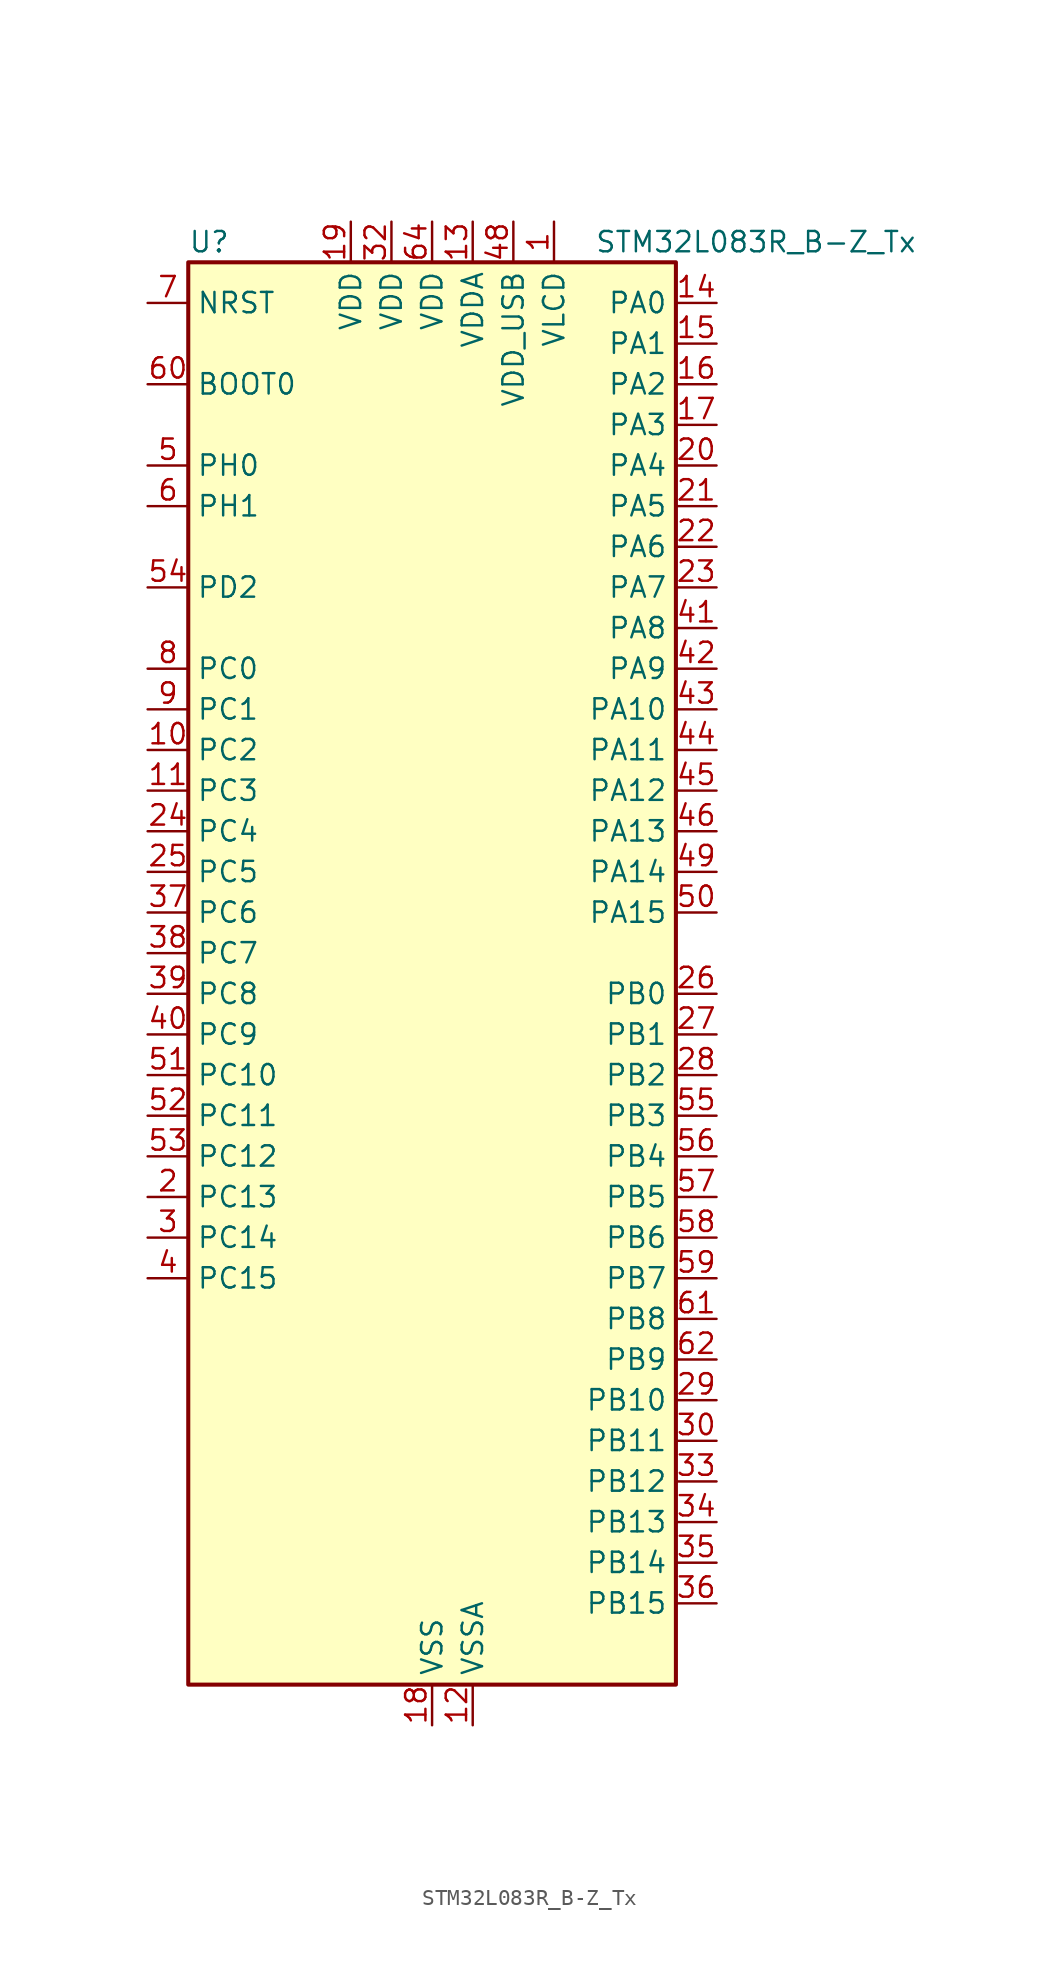
<source format=kicad_sym>
(kicad_symbol_lib
  (version 20220914)
  (generator kicad_symbol_editor)
  (symbol "STM32L083R_B-Z_Tx"
    (property "Reference" "U"
      (at -15.24 46.99 0)
      (effects (font (size 1.27 1.27)) (justify left)))
    (property "Value" "STM32L083R_B-Z_Tx"
      (at 10.16 46.99 0)
      (effects (font (size 1.27 1.27)) (justify left)))
    (property "ki_locked" ""
      (at 0 0 0)
      (effects (font (size 1.27 1.27))))
    (symbol "STM32L083R_B-Z_Tx_0_1"
      (rectangle (start -15.24 -43.18) (end 15.24 45.72) (stroke (width 0.254) (type default)) (fill (type background))))
    (symbol "STM32L083R_B-Z_Tx_1_1"
      (pin power_in line (at 7.62 48.26 270) (length 2.54) (name "VLCD" (effects (font (size 1.27 1.27)))) (number "1" (effects (font (size 1.27 1.27)))))
      (pin bidirectional line (at -17.78 15.24 0) (length 2.54) (name "PC2" (effects (font (size 1.27 1.27)))) (number "10" (effects (font (size 1.27 1.27)))) (alternate "ADC_IN12" bidirectional line) (alternate "I2S2_MCK" bidirectional line) (alternate "LCD_SEG20" bidirectional line) (alternate "LPTIM1_IN2" bidirectional line) (alternate "SPI2_MISO" bidirectional line) (alternate "TSC_G7_IO3" bidirectional line))
      (pin bidirectional line (at -17.78 12.7 0) (length 2.54) (name "PC3" (effects (font (size 1.27 1.27)))) (number "11" (effects (font (size 1.27 1.27)))) (alternate "ADC_IN13" bidirectional line) (alternate "I2S2_SD" bidirectional line) (alternate "LCD_SEG21" bidirectional line) (alternate "LPTIM1_ETR" bidirectional line) (alternate "SPI2_MOSI" bidirectional line) (alternate "TSC_G7_IO4" bidirectional line))
      (pin power_in line (at 2.54 -45.72 90) (length 2.54) (name "VSSA" (effects (font (size 1.27 1.27)))) (number "12" (effects (font (size 1.27 1.27)))))
      (pin power_in line (at 2.54 48.26 270) (length 2.54) (name "VDDA" (effects (font (size 1.27 1.27)))) (number "13" (effects (font (size 1.27 1.27)))))
      (pin bidirectional line (at 17.78 43.18 180) (length 2.54) (name "PA0" (effects (font (size 1.27 1.27)))) (number "14" (effects (font (size 1.27 1.27)))) (alternate "ADC_IN0" bidirectional line) (alternate "COMP1_INM" bidirectional line) (alternate "COMP1_OUT" bidirectional line) (alternate "RTC_TAMP2" bidirectional line) (alternate "SYS_WKUP1" bidirectional line) (alternate "TIM2_CH1" bidirectional line) (alternate "TIM2_ETR" bidirectional line) (alternate "TSC_G1_IO1" bidirectional line) (alternate "USART2_CTS" bidirectional line) (alternate "USART4_TX" bidirectional line))
      (pin bidirectional line (at 17.78 40.64 180) (length 2.54) (name "PA1" (effects (font (size 1.27 1.27)))) (number "15" (effects (font (size 1.27 1.27)))) (alternate "ADC_IN1" bidirectional line) (alternate "COMP1_INP" bidirectional line) (alternate "LCD_SEG0" bidirectional line) (alternate "TIM21_ETR" bidirectional line) (alternate "TIM2_CH2" bidirectional line) (alternate "TSC_G1_IO2" bidirectional line) (alternate "USART2_DE" bidirectional line) (alternate "USART2_RTS" bidirectional line) (alternate "USART4_RX" bidirectional line))
      (pin bidirectional line (at 17.78 38.1 180) (length 2.54) (name "PA2" (effects (font (size 1.27 1.27)))) (number "16" (effects (font (size 1.27 1.27)))) (alternate "ADC_IN2" bidirectional line) (alternate "COMP2_INM" bidirectional line) (alternate "COMP2_OUT" bidirectional line) (alternate "LCD_SEG1" bidirectional line) (alternate "LPUART1_TX" bidirectional line) (alternate "TIM21_CH1" bidirectional line) (alternate "TIM2_CH3" bidirectional line) (alternate "TSC_G1_IO3" bidirectional line) (alternate "USART2_TX" bidirectional line))
      (pin bidirectional line (at 17.78 35.56 180) (length 2.54) (name "PA3" (effects (font (size 1.27 1.27)))) (number "17" (effects (font (size 1.27 1.27)))) (alternate "ADC_IN3" bidirectional line) (alternate "COMP2_INP" bidirectional line) (alternate "LCD_SEG2" bidirectional line) (alternate "LPUART1_RX" bidirectional line) (alternate "TIM21_CH2" bidirectional line) (alternate "TIM2_CH4" bidirectional line) (alternate "TSC_G1_IO4" bidirectional line) (alternate "USART2_RX" bidirectional line))
      (pin power_in line (at 0 -45.72 90) (length 2.54) (name "VSS" (effects (font (size 1.27 1.27)))) (number "18" (effects (font (size 1.27 1.27)))))
      (pin power_in line (at -5.08 48.26 270) (length 2.54) (name "VDD" (effects (font (size 1.27 1.27)))) (number "19" (effects (font (size 1.27 1.27)))))
      (pin bidirectional line (at -17.78 -12.7 0) (length 2.54) (name "PC13" (effects (font (size 1.27 1.27)))) (number "2" (effects (font (size 1.27 1.27)))) (alternate "RTC_OUT_ALARM" bidirectional line) (alternate "RTC_OUT_CALIB" bidirectional line) (alternate "RTC_TAMP1" bidirectional line) (alternate "RTC_TS" bidirectional line) (alternate "SYS_WKUP2" bidirectional line))
      (pin bidirectional line (at 17.78 33.02 180) (length 2.54) (name "PA4" (effects (font (size 1.27 1.27)))) (number "20" (effects (font (size 1.27 1.27)))) (alternate "ADC_IN4" bidirectional line) (alternate "COMP1_INM" bidirectional line) (alternate "COMP2_INM" bidirectional line) (alternate "DAC_OUT1" bidirectional line) (alternate "SPI1_NSS" bidirectional line) (alternate "TIM22_ETR" bidirectional line) (alternate "TSC_G2_IO1" bidirectional line) (alternate "USART2_CK" bidirectional line))
      (pin bidirectional line (at 17.78 30.48 180) (length 2.54) (name "PA5" (effects (font (size 1.27 1.27)))) (number "21" (effects (font (size 1.27 1.27)))) (alternate "ADC_IN5" bidirectional line) (alternate "COMP1_INM" bidirectional line) (alternate "COMP2_INM" bidirectional line) (alternate "DAC_OUT2" bidirectional line) (alternate "SPI1_SCK" bidirectional line) (alternate "TIM2_CH1" bidirectional line) (alternate "TIM2_ETR" bidirectional line) (alternate "TSC_G2_IO2" bidirectional line))
      (pin bidirectional line (at 17.78 27.94 180) (length 2.54) (name "PA6" (effects (font (size 1.27 1.27)))) (number "22" (effects (font (size 1.27 1.27)))) (alternate "ADC_IN6" bidirectional line) (alternate "COMP1_OUT" bidirectional line) (alternate "LCD_SEG3" bidirectional line) (alternate "LPUART1_CTS" bidirectional line) (alternate "SPI1_MISO" bidirectional line) (alternate "TIM22_CH1" bidirectional line) (alternate "TIM3_CH1" bidirectional line) (alternate "TSC_G2_IO3" bidirectional line))
      (pin bidirectional line (at 17.78 25.4 180) (length 2.54) (name "PA7" (effects (font (size 1.27 1.27)))) (number "23" (effects (font (size 1.27 1.27)))) (alternate "ADC_IN7" bidirectional line) (alternate "COMP2_OUT" bidirectional line) (alternate "LCD_SEG4" bidirectional line) (alternate "SPI1_MOSI" bidirectional line) (alternate "TIM22_CH2" bidirectional line) (alternate "TIM3_CH2" bidirectional line) (alternate "TSC_G2_IO4" bidirectional line))
      (pin bidirectional line (at -17.78 10.16 0) (length 2.54) (name "PC4" (effects (font (size 1.27 1.27)))) (number "24" (effects (font (size 1.27 1.27)))) (alternate "ADC_IN14" bidirectional line) (alternate "LCD_SEG22" bidirectional line) (alternate "LPUART1_TX" bidirectional line))
      (pin bidirectional line (at -17.78 7.62 0) (length 2.54) (name "PC5" (effects (font (size 1.27 1.27)))) (number "25" (effects (font (size 1.27 1.27)))) (alternate "ADC_IN15" bidirectional line) (alternate "LCD_SEG23" bidirectional line) (alternate "LPUART1_RX" bidirectional line) (alternate "TSC_G3_IO1" bidirectional line))
      (pin bidirectional line (at 17.78 0 180) (length 2.54) (name "PB0" (effects (font (size 1.27 1.27)))) (number "26" (effects (font (size 1.27 1.27)))) (alternate "ADC_IN8" bidirectional line) (alternate "LCD_SEG5" bidirectional line) (alternate "LCD_VLCD3" bidirectional line) (alternate "SYS_VREF_OUT_PB0" bidirectional line) (alternate "TIM3_CH3" bidirectional line) (alternate "TSC_G3_IO2" bidirectional line))
      (pin bidirectional line (at 17.78 -2.54 180) (length 2.54) (name "PB1" (effects (font (size 1.27 1.27)))) (number "27" (effects (font (size 1.27 1.27)))) (alternate "ADC_IN9" bidirectional line) (alternate "LCD_SEG6" bidirectional line) (alternate "LPUART1_DE" bidirectional line) (alternate "LPUART1_RTS" bidirectional line) (alternate "SYS_VREF_OUT_PB1" bidirectional line) (alternate "TIM3_CH4" bidirectional line) (alternate "TSC_G3_IO3" bidirectional line))
      (pin bidirectional line (at 17.78 -5.08 180) (length 2.54) (name "PB2" (effects (font (size 1.27 1.27)))) (number "28" (effects (font (size 1.27 1.27)))) (alternate "I2C3_SMBA" bidirectional line) (alternate "LCD_VLCD2" bidirectional line) (alternate "LPTIM1_OUT" bidirectional line) (alternate "TSC_G3_IO4" bidirectional line))
      (pin bidirectional line (at 17.78 -25.4 180) (length 2.54) (name "PB10" (effects (font (size 1.27 1.27)))) (number "29" (effects (font (size 1.27 1.27)))) (alternate "I2C2_SCL" bidirectional line) (alternate "LCD_SEG10" bidirectional line) (alternate "LPUART1_RX" bidirectional line) (alternate "LPUART1_TX" bidirectional line) (alternate "SPI2_SCK" bidirectional line) (alternate "TIM2_CH3" bidirectional line) (alternate "TSC_SYNC" bidirectional line))
      (pin bidirectional line (at -17.78 -15.24 0) (length 2.54) (name "PC14" (effects (font (size 1.27 1.27)))) (number "3" (effects (font (size 1.27 1.27)))) (alternate "RCC_OSC32_IN" bidirectional line))
      (pin bidirectional line (at 17.78 -27.94 180) (length 2.54) (name "PB11" (effects (font (size 1.27 1.27)))) (number "30" (effects (font (size 1.27 1.27)))) (alternate "ADC_EXTI11" bidirectional line) (alternate "I2C2_SDA" bidirectional line) (alternate "LCD_SEG11" bidirectional line) (alternate "LPUART1_RX" bidirectional line) (alternate "LPUART1_TX" bidirectional line) (alternate "TIM2_CH4" bidirectional line) (alternate "TSC_G6_IO1" bidirectional line))
      (pin passive line (at 0 -45.72 90) (length 2.54) hide (name "VSS" (effects (font (size 1.27 1.27)))) (number "31" (effects (font (size 1.27 1.27)))))
      (pin power_in line (at -2.54 48.26 270) (length 2.54) (name "VDD" (effects (font (size 1.27 1.27)))) (number "32" (effects (font (size 1.27 1.27)))))
      (pin bidirectional line (at 17.78 -30.48 180) (length 2.54) (name "PB12" (effects (font (size 1.27 1.27)))) (number "33" (effects (font (size 1.27 1.27)))) (alternate "I2S2_WS" bidirectional line) (alternate "LCD_SEG12" bidirectional line) (alternate "LCD_VLCD2" bidirectional line) (alternate "LPUART1_DE" bidirectional line) (alternate "LPUART1_RTS" bidirectional line) (alternate "SPI2_NSS" bidirectional line) (alternate "TSC_G6_IO2" bidirectional line))
      (pin bidirectional line (at 17.78 -33.02 180) (length 2.54) (name "PB13" (effects (font (size 1.27 1.27)))) (number "34" (effects (font (size 1.27 1.27)))) (alternate "I2C2_SCL" bidirectional line) (alternate "I2S2_CK" bidirectional line) (alternate "LCD_SEG13" bidirectional line) (alternate "LPUART1_CTS" bidirectional line) (alternate "RCC_MCO" bidirectional line) (alternate "SPI2_SCK" bidirectional line) (alternate "TIM21_CH1" bidirectional line) (alternate "TSC_G6_IO3" bidirectional line))
      (pin bidirectional line (at 17.78 -35.56 180) (length 2.54) (name "PB14" (effects (font (size 1.27 1.27)))) (number "35" (effects (font (size 1.27 1.27)))) (alternate "I2C2_SDA" bidirectional line) (alternate "I2S2_MCK" bidirectional line) (alternate "LCD_SEG14" bidirectional line) (alternate "LPUART1_DE" bidirectional line) (alternate "LPUART1_RTS" bidirectional line) (alternate "RTC_OUT_ALARM" bidirectional line) (alternate "RTC_OUT_CALIB" bidirectional line) (alternate "SPI2_MISO" bidirectional line) (alternate "TIM21_CH2" bidirectional line) (alternate "TSC_G6_IO4" bidirectional line))
      (pin bidirectional line (at 17.78 -38.1 180) (length 2.54) (name "PB15" (effects (font (size 1.27 1.27)))) (number "36" (effects (font (size 1.27 1.27)))) (alternate "I2S2_SD" bidirectional line) (alternate "LCD_SEG15" bidirectional line) (alternate "RTC_REFIN" bidirectional line) (alternate "SPI2_MOSI" bidirectional line))
      (pin bidirectional line (at -17.78 5.08 0) (length 2.54) (name "PC6" (effects (font (size 1.27 1.27)))) (number "37" (effects (font (size 1.27 1.27)))) (alternate "LCD_SEG24" bidirectional line) (alternate "TIM22_CH1" bidirectional line) (alternate "TIM3_CH1" bidirectional line) (alternate "TSC_G8_IO1" bidirectional line))
      (pin bidirectional line (at -17.78 2.54 0) (length 2.54) (name "PC7" (effects (font (size 1.27 1.27)))) (number "38" (effects (font (size 1.27 1.27)))) (alternate "LCD_SEG25" bidirectional line) (alternate "TIM22_CH2" bidirectional line) (alternate "TIM3_CH2" bidirectional line) (alternate "TSC_G8_IO2" bidirectional line))
      (pin bidirectional line (at -17.78 0 0) (length 2.54) (name "PC8" (effects (font (size 1.27 1.27)))) (number "39" (effects (font (size 1.27 1.27)))) (alternate "LCD_SEG26" bidirectional line) (alternate "TIM22_ETR" bidirectional line) (alternate "TIM3_CH3" bidirectional line) (alternate "TSC_G8_IO3" bidirectional line))
      (pin bidirectional line (at -17.78 -17.78 0) (length 2.54) (name "PC15" (effects (font (size 1.27 1.27)))) (number "4" (effects (font (size 1.27 1.27)))) (alternate "RCC_OSC32_OUT" bidirectional line))
      (pin bidirectional line (at -17.78 -2.54 0) (length 2.54) (name "PC9" (effects (font (size 1.27 1.27)))) (number "40" (effects (font (size 1.27 1.27)))) (alternate "DAC_EXTI9" bidirectional line) (alternate "I2C3_SDA" bidirectional line) (alternate "LCD_SEG27" bidirectional line) (alternate "TIM21_ETR" bidirectional line) (alternate "TIM3_CH4" bidirectional line) (alternate "TSC_G8_IO4" bidirectional line) (alternate "USB_NOE" bidirectional line))
      (pin bidirectional line (at 17.78 22.86 180) (length 2.54) (name "PA8" (effects (font (size 1.27 1.27)))) (number "41" (effects (font (size 1.27 1.27)))) (alternate "CRS_SYNC" bidirectional line) (alternate "I2C3_SCL" bidirectional line) (alternate "LCD_COM0" bidirectional line) (alternate "RCC_MCO" bidirectional line) (alternate "USART1_CK" bidirectional line))
      (pin bidirectional line (at 17.78 20.32 180) (length 2.54) (name "PA9" (effects (font (size 1.27 1.27)))) (number "42" (effects (font (size 1.27 1.27)))) (alternate "DAC_EXTI9" bidirectional line) (alternate "I2C1_SCL" bidirectional line) (alternate "I2C3_SMBA" bidirectional line) (alternate "LCD_COM1" bidirectional line) (alternate "RCC_MCO" bidirectional line) (alternate "TSC_G4_IO1" bidirectional line) (alternate "USART1_TX" bidirectional line))
      (pin bidirectional line (at 17.78 17.78 180) (length 2.54) (name "PA10" (effects (font (size 1.27 1.27)))) (number "43" (effects (font (size 1.27 1.27)))) (alternate "I2C1_SDA" bidirectional line) (alternate "LCD_COM2" bidirectional line) (alternate "TSC_G4_IO2" bidirectional line) (alternate "USART1_RX" bidirectional line))
      (pin bidirectional line (at 17.78 15.24 180) (length 2.54) (name "PA11" (effects (font (size 1.27 1.27)))) (number "44" (effects (font (size 1.27 1.27)))) (alternate "ADC_EXTI11" bidirectional line) (alternate "COMP1_OUT" bidirectional line) (alternate "SPI1_MISO" bidirectional line) (alternate "TSC_G4_IO3" bidirectional line) (alternate "USART1_CTS" bidirectional line) (alternate "USB_DM" bidirectional line))
      (pin bidirectional line (at 17.78 12.7 180) (length 2.54) (name "PA12" (effects (font (size 1.27 1.27)))) (number "45" (effects (font (size 1.27 1.27)))) (alternate "COMP2_OUT" bidirectional line) (alternate "SPI1_MOSI" bidirectional line) (alternate "TSC_G4_IO4" bidirectional line) (alternate "USART1_DE" bidirectional line) (alternate "USART1_RTS" bidirectional line) (alternate "USB_DP" bidirectional line))
      (pin bidirectional line (at 17.78 10.16 180) (length 2.54) (name "PA13" (effects (font (size 1.27 1.27)))) (number "46" (effects (font (size 1.27 1.27)))) (alternate "LPUART1_RX" bidirectional line) (alternate "SYS_SWDIO" bidirectional line) (alternate "USB_NOE" bidirectional line))
      (pin passive line (at 0 -45.72 90) (length 2.54) hide (name "VSS" (effects (font (size 1.27 1.27)))) (number "47" (effects (font (size 1.27 1.27)))))
      (pin power_in line (at 5.08 48.26 270) (length 2.54) (name "VDD_USB" (effects (font (size 1.27 1.27)))) (number "48" (effects (font (size 1.27 1.27)))))
      (pin bidirectional line (at 17.78 7.62 180) (length 2.54) (name "PA14" (effects (font (size 1.27 1.27)))) (number "49" (effects (font (size 1.27 1.27)))) (alternate "LPUART1_TX" bidirectional line) (alternate "SYS_SWCLK" bidirectional line) (alternate "USART2_TX" bidirectional line))
      (pin bidirectional line (at -17.78 33.02 0) (length 2.54) (name "PH0" (effects (font (size 1.27 1.27)))) (number "5" (effects (font (size 1.27 1.27)))) (alternate "CRS_SYNC" bidirectional line) (alternate "RCC_OSC_IN" bidirectional line))
      (pin bidirectional line (at 17.78 5.08 180) (length 2.54) (name "PA15" (effects (font (size 1.27 1.27)))) (number "50" (effects (font (size 1.27 1.27)))) (alternate "LCD_SEG17" bidirectional line) (alternate "SPI1_NSS" bidirectional line) (alternate "TIM2_CH1" bidirectional line) (alternate "TIM2_ETR" bidirectional line) (alternate "USART2_RX" bidirectional line) (alternate "USART4_DE" bidirectional line) (alternate "USART4_RTS" bidirectional line))
      (pin bidirectional line (at -17.78 -5.08 0) (length 2.54) (name "PC10" (effects (font (size 1.27 1.27)))) (number "51" (effects (font (size 1.27 1.27)))) (alternate "LCD_COM4" bidirectional line) (alternate "LCD_SEG28" bidirectional line) (alternate "LPUART1_TX" bidirectional line) (alternate "USART4_TX" bidirectional line))
      (pin bidirectional line (at -17.78 -7.62 0) (length 2.54) (name "PC11" (effects (font (size 1.27 1.27)))) (number "52" (effects (font (size 1.27 1.27)))) (alternate "ADC_EXTI11" bidirectional line) (alternate "LCD_COM5" bidirectional line) (alternate "LCD_SEG29" bidirectional line) (alternate "LPUART1_RX" bidirectional line) (alternate "USART4_RX" bidirectional line))
      (pin bidirectional line (at -17.78 -10.16 0) (length 2.54) (name "PC12" (effects (font (size 1.27 1.27)))) (number "53" (effects (font (size 1.27 1.27)))) (alternate "LCD_COM6" bidirectional line) (alternate "LCD_SEG30" bidirectional line) (alternate "USART4_CK" bidirectional line) (alternate "USART5_TX" bidirectional line))
      (pin bidirectional line (at -17.78 25.4 0) (length 2.54) (name "PD2" (effects (font (size 1.27 1.27)))) (number "54" (effects (font (size 1.27 1.27)))) (alternate "LCD_COM7" bidirectional line) (alternate "LCD_SEG31" bidirectional line) (alternate "LPUART1_DE" bidirectional line) (alternate "LPUART1_RTS" bidirectional line) (alternate "TIM3_ETR" bidirectional line) (alternate "USART5_RX" bidirectional line))
      (pin bidirectional line (at 17.78 -7.62 180) (length 2.54) (name "PB3" (effects (font (size 1.27 1.27)))) (number "55" (effects (font (size 1.27 1.27)))) (alternate "COMP2_INM" bidirectional line) (alternate "LCD_SEG7" bidirectional line) (alternate "SPI1_SCK" bidirectional line) (alternate "TIM2_CH2" bidirectional line) (alternate "TSC_G5_IO1" bidirectional line) (alternate "USART1_DE" bidirectional line) (alternate "USART1_RTS" bidirectional line) (alternate "USART5_TX" bidirectional line))
      (pin bidirectional line (at 17.78 -10.16 180) (length 2.54) (name "PB4" (effects (font (size 1.27 1.27)))) (number "56" (effects (font (size 1.27 1.27)))) (alternate "COMP2_INP" bidirectional line) (alternate "I2C3_SDA" bidirectional line) (alternate "LCD_SEG8" bidirectional line) (alternate "SPI1_MISO" bidirectional line) (alternate "TIM22_CH1" bidirectional line) (alternate "TIM3_CH1" bidirectional line) (alternate "TSC_G5_IO2" bidirectional line) (alternate "USART1_CTS" bidirectional line) (alternate "USART5_RX" bidirectional line))
      (pin bidirectional line (at 17.78 -12.7 180) (length 2.54) (name "PB5" (effects (font (size 1.27 1.27)))) (number "57" (effects (font (size 1.27 1.27)))) (alternate "COMP2_INP" bidirectional line) (alternate "I2C1_SMBA" bidirectional line) (alternate "LCD_SEG9" bidirectional line) (alternate "LPTIM1_IN1" bidirectional line) (alternate "SPI1_MOSI" bidirectional line) (alternate "TIM22_CH2" bidirectional line) (alternate "TIM3_CH2" bidirectional line) (alternate "USART1_CK" bidirectional line) (alternate "USART5_CK" bidirectional line) (alternate "USART5_DE" bidirectional line) (alternate "USART5_RTS" bidirectional line))
      (pin bidirectional line (at 17.78 -15.24 180) (length 2.54) (name "PB6" (effects (font (size 1.27 1.27)))) (number "58" (effects (font (size 1.27 1.27)))) (alternate "COMP2_INP" bidirectional line) (alternate "I2C1_SCL" bidirectional line) (alternate "LPTIM1_ETR" bidirectional line) (alternate "TSC_G5_IO3" bidirectional line) (alternate "USART1_TX" bidirectional line))
      (pin bidirectional line (at 17.78 -17.78 180) (length 2.54) (name "PB7" (effects (font (size 1.27 1.27)))) (number "59" (effects (font (size 1.27 1.27)))) (alternate "COMP2_INP" bidirectional line) (alternate "I2C1_SDA" bidirectional line) (alternate "LPTIM1_IN2" bidirectional line) (alternate "SYS_PVD_IN" bidirectional line) (alternate "TSC_G5_IO4" bidirectional line) (alternate "USART1_RX" bidirectional line) (alternate "USART4_CTS" bidirectional line))
      (pin bidirectional line (at -17.78 30.48 0) (length 2.54) (name "PH1" (effects (font (size 1.27 1.27)))) (number "6" (effects (font (size 1.27 1.27)))) (alternate "RCC_OSC_OUT" bidirectional line))
      (pin input line (at -17.78 38.1 0) (length 2.54) (name "BOOT0" (effects (font (size 1.27 1.27)))) (number "60" (effects (font (size 1.27 1.27)))))
      (pin bidirectional line (at 17.78 -20.32 180) (length 2.54) (name "PB8" (effects (font (size 1.27 1.27)))) (number "61" (effects (font (size 1.27 1.27)))) (alternate "I2C1_SCL" bidirectional line) (alternate "LCD_SEG16" bidirectional line) (alternate "TSC_SYNC" bidirectional line))
      (pin bidirectional line (at 17.78 -22.86 180) (length 2.54) (name "PB9" (effects (font (size 1.27 1.27)))) (number "62" (effects (font (size 1.27 1.27)))) (alternate "DAC_EXTI9" bidirectional line) (alternate "I2C1_SDA" bidirectional line) (alternate "I2S2_WS" bidirectional line) (alternate "LCD_COM3" bidirectional line) (alternate "SPI2_NSS" bidirectional line))
      (pin passive line (at 0 -45.72 90) (length 2.54) hide (name "VSS" (effects (font (size 1.27 1.27)))) (number "63" (effects (font (size 1.27 1.27)))))
      (pin power_in line (at 0 48.26 270) (length 2.54) (name "VDD" (effects (font (size 1.27 1.27)))) (number "64" (effects (font (size 1.27 1.27)))))
      (pin input line (at -17.78 43.18 0) (length 2.54) (name "NRST" (effects (font (size 1.27 1.27)))) (number "7" (effects (font (size 1.27 1.27)))))
      (pin bidirectional line (at -17.78 20.32 0) (length 2.54) (name "PC0" (effects (font (size 1.27 1.27)))) (number "8" (effects (font (size 1.27 1.27)))) (alternate "ADC_IN10" bidirectional line) (alternate "I2C3_SCL" bidirectional line) (alternate "LCD_SEG18" bidirectional line) (alternate "LPTIM1_IN1" bidirectional line) (alternate "LPUART1_RX" bidirectional line) (alternate "TSC_G7_IO1" bidirectional line))
      (pin bidirectional line (at -17.78 17.78 0) (length 2.54) (name "PC1" (effects (font (size 1.27 1.27)))) (number "9" (effects (font (size 1.27 1.27)))) (alternate "ADC_IN11" bidirectional line) (alternate "I2C3_SDA" bidirectional line) (alternate "LCD_SEG19" bidirectional line) (alternate "LPTIM1_OUT" bidirectional line) (alternate "LPUART1_TX" bidirectional line) (alternate "TSC_G7_IO2" bidirectional line)))))
</source>
